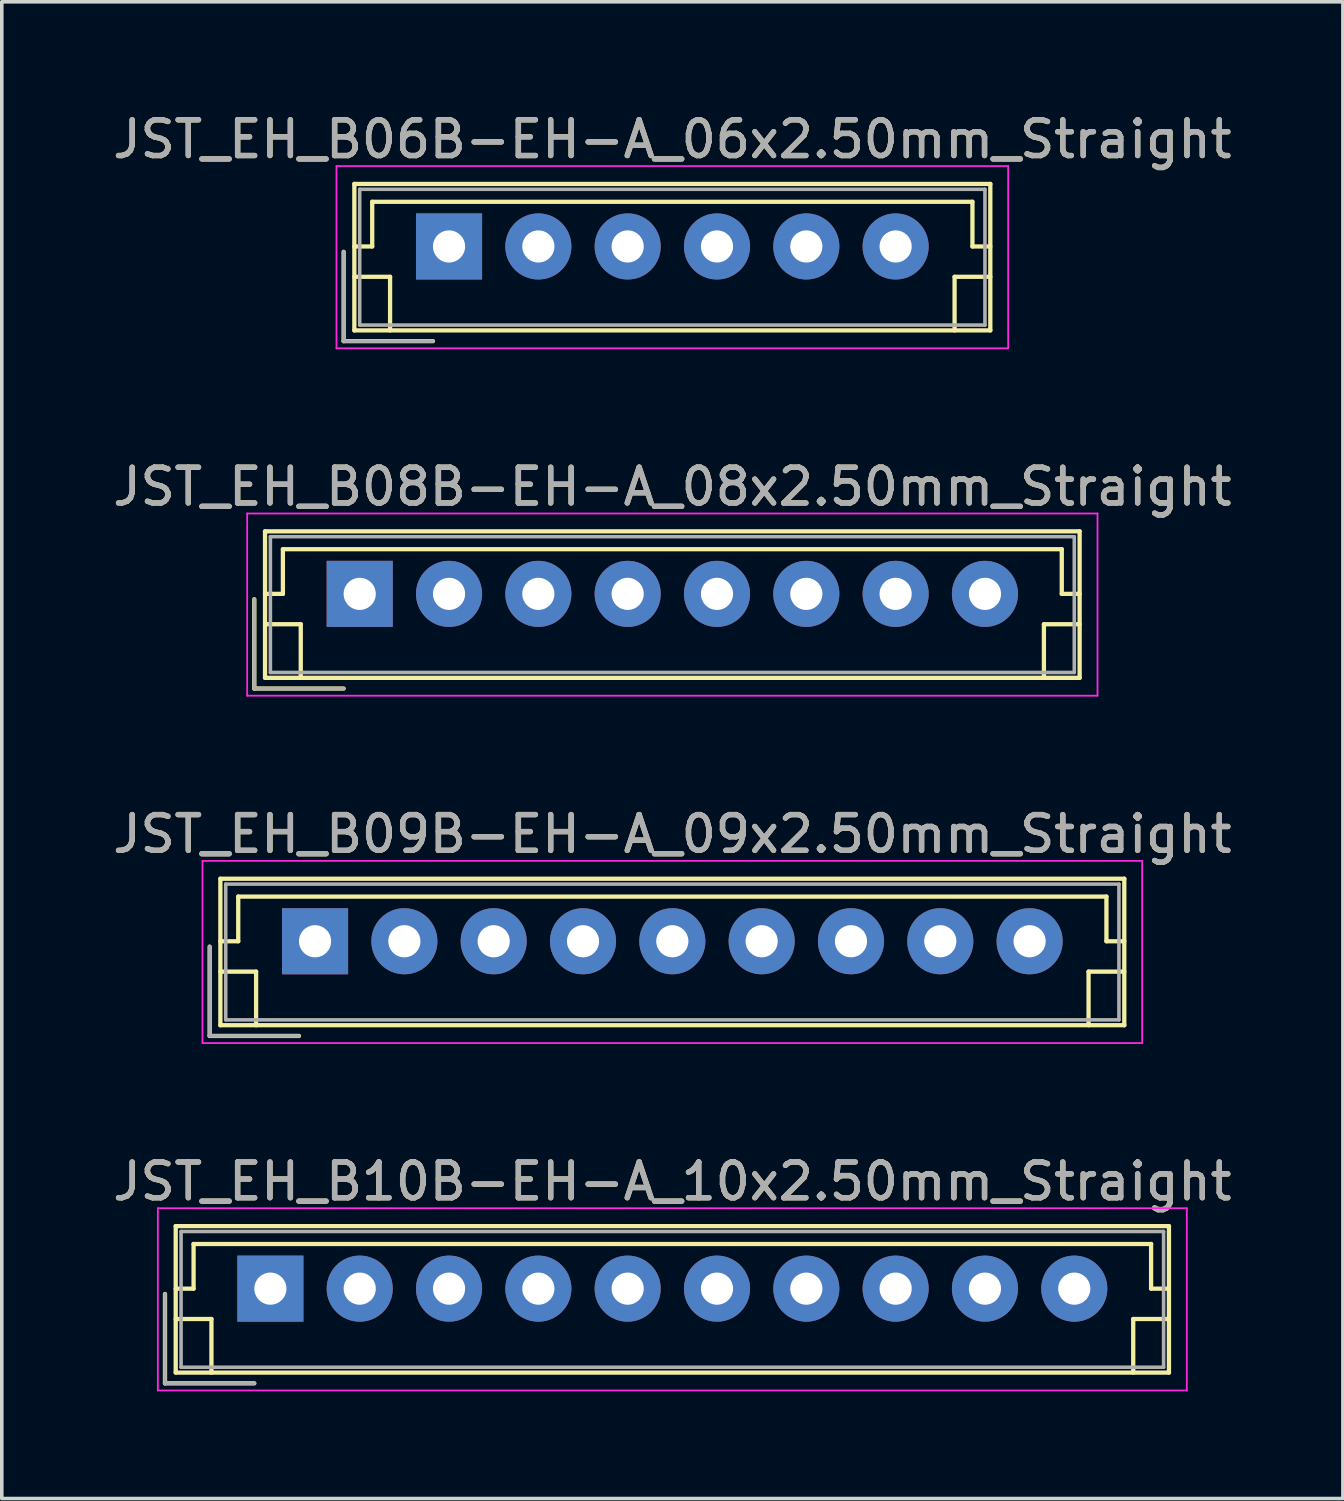
<source format=kicad_pcb>
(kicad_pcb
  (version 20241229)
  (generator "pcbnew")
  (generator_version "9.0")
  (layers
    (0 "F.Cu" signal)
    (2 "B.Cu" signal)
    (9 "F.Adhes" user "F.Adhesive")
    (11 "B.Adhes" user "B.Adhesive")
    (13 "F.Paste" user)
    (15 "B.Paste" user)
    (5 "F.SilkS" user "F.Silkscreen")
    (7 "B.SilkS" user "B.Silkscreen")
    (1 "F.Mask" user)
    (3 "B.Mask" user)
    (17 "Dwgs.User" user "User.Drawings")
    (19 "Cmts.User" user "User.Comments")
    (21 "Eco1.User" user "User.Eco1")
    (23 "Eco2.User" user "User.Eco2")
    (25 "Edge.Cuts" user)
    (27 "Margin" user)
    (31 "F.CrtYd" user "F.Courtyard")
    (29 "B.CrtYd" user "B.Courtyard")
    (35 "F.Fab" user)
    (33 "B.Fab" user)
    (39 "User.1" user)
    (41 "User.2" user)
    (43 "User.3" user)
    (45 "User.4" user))
  (footprint "JST_EH_B08B-EH-A_08x2.50mm_Straight"
    (layer "F.Cu")
    (at 7.018 13.572)
    (property "Reference" "JST_EH_B08B-EH-A_08x2.50mm_Straight" (at 8.75 -3 0) (layer "F.SilkS") (effects (font (size 1 1) (thickness 0.15))))
    (attr through_hole)
    (fp_line (start -2.95 0.15) (end -2.95 2.65) (stroke (width 0.12) (type solid)) (layer "F.SilkS"))
    (fp_line (start -2.95 2.65) (end -0.45 2.65) (stroke (width 0.12) (type solid)) (layer "F.SilkS"))
    (fp_line (start -2.65 -1.75) (end -2.65 2.35) (stroke (width 0.12) (type solid)) (layer "F.SilkS"))
    (fp_line (start -2.65 0) (end -2.15 0) (stroke (width 0.12) (type solid)) (layer "F.SilkS"))
    (fp_line (start -2.65 0.85) (end -1.65 0.85) (stroke (width 0.12) (type solid)) (layer "F.SilkS"))
    (fp_line (start -2.65 2.35) (end 20.15 2.35) (stroke (width 0.12) (type solid)) (layer "F.SilkS"))
    (fp_line (start -2.15 -1.25) (end 19.65 -1.25) (stroke (width 0.12) (type solid)) (layer "F.SilkS"))
    (fp_line (start -2.15 0) (end -2.15 -1.25) (stroke (width 0.12) (type solid)) (layer "F.SilkS"))
    (fp_line (start -1.65 0.85) (end -1.65 2.35) (stroke (width 0.12) (type solid)) (layer "F.SilkS"))
    (fp_line (start 19.15 0.85) (end 19.15 2.35) (stroke (width 0.12) (type solid)) (layer "F.SilkS"))
    (fp_line (start 19.65 -1.25) (end 19.65 0) (stroke (width 0.12) (type solid)) (layer "F.SilkS"))
    (fp_line (start 19.65 0) (end 20.15 0) (stroke (width 0.12) (type solid)) (layer "F.SilkS"))
    (fp_line (start 20.15 -1.75) (end -2.65 -1.75) (stroke (width 0.12) (type solid)) (layer "F.SilkS"))
    (fp_line (start 20.15 0.85) (end 19.15 0.85) (stroke (width 0.12) (type solid)) (layer "F.SilkS"))
    (fp_line (start 20.15 2.35) (end 20.15 -1.75) (stroke (width 0.12) (type solid)) (layer "F.SilkS"))
    (fp_line (start -3.15 -2.25) (end -3.15 2.85) (stroke (width 0.05) (type solid)) (layer "F.CrtYd"))
    (fp_line (start -3.15 2.85) (end 20.65 2.85) (stroke (width 0.05) (type solid)) (layer "F.CrtYd"))
    (fp_line (start 20.65 -2.25) (end -3.15 -2.25) (stroke (width 0.05) (type solid)) (layer "F.CrtYd"))
    (fp_line (start 20.65 2.85) (end 20.65 -2.25) (stroke (width 0.05) (type solid)) (layer "F.CrtYd"))
    (fp_line (start -2.95 0.15) (end -2.95 2.65) (stroke (width 0.1) (type solid)) (layer "F.Fab"))
    (fp_line (start -2.95 2.65) (end -0.45 2.65) (stroke (width 0.1) (type solid)) (layer "F.Fab"))
    (fp_line (start -2.5 -1.6) (end -2.5 2.2) (stroke (width 0.1) (type solid)) (layer "F.Fab"))
    (fp_line (start -2.5 2.2) (end 20 2.2) (stroke (width 0.1) (type solid)) (layer "F.Fab"))
    (fp_line (start 20 -1.6) (end -2.5 -1.6) (stroke (width 0.1) (type solid)) (layer "F.Fab"))
    (fp_line (start 20 2.2) (end 20 -1.6) (stroke (width 0.1) (type solid)) (layer "F.Fab"))
    (fp_text user "${REFERENCE}" (at 8.75 -3 0) (layer "F.Fab") (effects (font (size 1 1) (thickness 0.15))))
    (pad "1" thru_hole rect (at 0 0) (size 1.85 1.85) (drill 0.9) (layers "*.Cu" "*.Mask"))
    (pad "2" thru_hole circle (at 2.5 0) (size 1.85 1.85) (drill 0.9) (layers "*.Cu" "*.Mask"))
    (pad "3" thru_hole circle (at 5 0) (size 1.85 1.85) (drill 0.9) (layers "*.Cu" "*.Mask"))
    (pad "4" thru_hole circle (at 7.5 0) (size 1.85 1.85) (drill 0.9) (layers "*.Cu" "*.Mask"))
    (pad "5" thru_hole circle (at 10 0) (size 1.85 1.85) (drill 0.9) (layers "*.Cu" "*.Mask"))
    (pad "6" thru_hole circle (at 12.5 0) (size 1.85 1.85) (drill 0.9) (layers "*.Cu" "*.Mask"))
    (pad "7" thru_hole circle (at 15 0) (size 1.85 1.85) (drill 0.9) (layers "*.Cu" "*.Mask"))
    (pad "8" thru_hole circle (at 17.5 0) (size 1.85 1.85) (drill 0.9) (layers "*.Cu" "*.Mask")))
  (footprint "JST_EH_B09B-EH-A_09x2.50mm_Straight"
    (layer "F.Cu")
    (at 5.768 23.295)
    (property "Reference" "JST_EH_B09B-EH-A_09x2.50mm_Straight" (at 10 -3 0) (layer "F.SilkS") (effects (font (size 1 1) (thickness 0.15))))
    (attr through_hole)
    (fp_line (start -2.95 0.15) (end -2.95 2.65) (stroke (width 0.12) (type solid)) (layer "F.SilkS"))
    (fp_line (start -2.95 2.65) (end -0.45 2.65) (stroke (width 0.12) (type solid)) (layer "F.SilkS"))
    (fp_line (start -2.65 -1.75) (end -2.65 2.35) (stroke (width 0.12) (type solid)) (layer "F.SilkS"))
    (fp_line (start -2.65 0) (end -2.15 0) (stroke (width 0.12) (type solid)) (layer "F.SilkS"))
    (fp_line (start -2.65 0.85) (end -1.65 0.85) (stroke (width 0.12) (type solid)) (layer "F.SilkS"))
    (fp_line (start -2.65 2.35) (end 22.65 2.35) (stroke (width 0.12) (type solid)) (layer "F.SilkS"))
    (fp_line (start -2.15 -1.25) (end 22.15 -1.25) (stroke (width 0.12) (type solid)) (layer "F.SilkS"))
    (fp_line (start -2.15 0) (end -2.15 -1.25) (stroke (width 0.12) (type solid)) (layer "F.SilkS"))
    (fp_line (start -1.65 0.85) (end -1.65 2.35) (stroke (width 0.12) (type solid)) (layer "F.SilkS"))
    (fp_line (start 21.65 0.85) (end 21.65 2.35) (stroke (width 0.12) (type solid)) (layer "F.SilkS"))
    (fp_line (start 22.15 -1.25) (end 22.15 0) (stroke (width 0.12) (type solid)) (layer "F.SilkS"))
    (fp_line (start 22.15 0) (end 22.65 0) (stroke (width 0.12) (type solid)) (layer "F.SilkS"))
    (fp_line (start 22.65 -1.75) (end -2.65 -1.75) (stroke (width 0.12) (type solid)) (layer "F.SilkS"))
    (fp_line (start 22.65 0.85) (end 21.65 0.85) (stroke (width 0.12) (type solid)) (layer "F.SilkS"))
    (fp_line (start 22.65 2.35) (end 22.65 -1.75) (stroke (width 0.12) (type solid)) (layer "F.SilkS"))
    (fp_line (start -3.15 -2.25) (end -3.15 2.85) (stroke (width 0.05) (type solid)) (layer "F.CrtYd"))
    (fp_line (start -3.15 2.85) (end 23.15 2.85) (stroke (width 0.05) (type solid)) (layer "F.CrtYd"))
    (fp_line (start 23.15 -2.25) (end -3.15 -2.25) (stroke (width 0.05) (type solid)) (layer "F.CrtYd"))
    (fp_line (start 23.15 2.85) (end 23.15 -2.25) (stroke (width 0.05) (type solid)) (layer "F.CrtYd"))
    (fp_line (start -2.95 0.15) (end -2.95 2.65) (stroke (width 0.1) (type solid)) (layer "F.Fab"))
    (fp_line (start -2.95 2.65) (end -0.45 2.65) (stroke (width 0.1) (type solid)) (layer "F.Fab"))
    (fp_line (start -2.5 -1.6) (end -2.5 2.2) (stroke (width 0.1) (type solid)) (layer "F.Fab"))
    (fp_line (start -2.5 2.2) (end 22.5 2.2) (stroke (width 0.1) (type solid)) (layer "F.Fab"))
    (fp_line (start 22.5 -1.6) (end -2.5 -1.6) (stroke (width 0.1) (type solid)) (layer "F.Fab"))
    (fp_line (start 22.5 2.2) (end 22.5 -1.6) (stroke (width 0.1) (type solid)) (layer "F.Fab"))
    (fp_text user "${REFERENCE}" (at 10 -3 0) (layer "F.Fab") (effects (font (size 1 1) (thickness 0.15))))
    (pad "1" thru_hole rect (at 0 0) (size 1.85 1.85) (drill 0.9) (layers "*.Cu" "*.Mask"))
    (pad "2" thru_hole circle (at 2.5 0) (size 1.85 1.85) (drill 0.9) (layers "*.Cu" "*.Mask"))
    (pad "3" thru_hole circle (at 5 0) (size 1.85 1.85) (drill 0.9) (layers "*.Cu" "*.Mask"))
    (pad "4" thru_hole circle (at 7.5 0) (size 1.85 1.85) (drill 0.9) (layers "*.Cu" "*.Mask"))
    (pad "5" thru_hole circle (at 10 0) (size 1.85 1.85) (drill 0.9) (layers "*.Cu" "*.Mask"))
    (pad "6" thru_hole circle (at 12.5 0) (size 1.85 1.85) (drill 0.9) (layers "*.Cu" "*.Mask"))
    (pad "7" thru_hole circle (at 15 0) (size 1.85 1.85) (drill 0.9) (layers "*.Cu" "*.Mask"))
    (pad "8" thru_hole circle (at 17.5 0) (size 1.85 1.85) (drill 0.9) (layers "*.Cu" "*.Mask"))
    (pad "9" thru_hole circle (at 20 0) (size 1.85 1.85) (drill 0.9) (layers "*.Cu" "*.Mask")))
  (footprint "JST_EH_B06B-EH-A_06x2.50mm_Straight"
    (layer "F.Cu")
    (at 9.518 3.848)
    (property "Reference" "JST_EH_B06B-EH-A_06x2.50mm_Straight" (at 6.25 -3 0) (layer "F.SilkS") (effects (font (size 1 1) (thickness 0.15))))
    (attr through_hole)
    (fp_line (start -2.95 0.15) (end -2.95 2.65) (stroke (width 0.12) (type solid)) (layer "F.SilkS"))
    (fp_line (start -2.95 2.65) (end -0.45 2.65) (stroke (width 0.12) (type solid)) (layer "F.SilkS"))
    (fp_line (start -2.65 -1.75) (end -2.65 2.35) (stroke (width 0.12) (type solid)) (layer "F.SilkS"))
    (fp_line (start -2.65 0) (end -2.15 0) (stroke (width 0.12) (type solid)) (layer "F.SilkS"))
    (fp_line (start -2.65 0.85) (end -1.65 0.85) (stroke (width 0.12) (type solid)) (layer "F.SilkS"))
    (fp_line (start -2.65 2.35) (end 15.15 2.35) (stroke (width 0.12) (type solid)) (layer "F.SilkS"))
    (fp_line (start -2.15 -1.25) (end 14.65 -1.25) (stroke (width 0.12) (type solid)) (layer "F.SilkS"))
    (fp_line (start -2.15 0) (end -2.15 -1.25) (stroke (width 0.12) (type solid)) (layer "F.SilkS"))
    (fp_line (start -1.65 0.85) (end -1.65 2.35) (stroke (width 0.12) (type solid)) (layer "F.SilkS"))
    (fp_line (start 14.15 0.85) (end 14.15 2.35) (stroke (width 0.12) (type solid)) (layer "F.SilkS"))
    (fp_line (start 14.65 -1.25) (end 14.65 0) (stroke (width 0.12) (type solid)) (layer "F.SilkS"))
    (fp_line (start 14.65 0) (end 15.15 0) (stroke (width 0.12) (type solid)) (layer "F.SilkS"))
    (fp_line (start 15.15 -1.75) (end -2.65 -1.75) (stroke (width 0.12) (type solid)) (layer "F.SilkS"))
    (fp_line (start 15.15 0.85) (end 14.15 0.85) (stroke (width 0.12) (type solid)) (layer "F.SilkS"))
    (fp_line (start 15.15 2.35) (end 15.15 -1.75) (stroke (width 0.12) (type solid)) (layer "F.SilkS"))
    (fp_line (start -3.15 -2.25) (end -3.15 2.85) (stroke (width 0.05) (type solid)) (layer "F.CrtYd"))
    (fp_line (start -3.15 2.85) (end 15.65 2.85) (stroke (width 0.05) (type solid)) (layer "F.CrtYd"))
    (fp_line (start 15.65 -2.25) (end -3.15 -2.25) (stroke (width 0.05) (type solid)) (layer "F.CrtYd"))
    (fp_line (start 15.65 2.85) (end 15.65 -2.25) (stroke (width 0.05) (type solid)) (layer "F.CrtYd"))
    (fp_line (start -2.95 0.15) (end -2.95 2.65) (stroke (width 0.1) (type solid)) (layer "F.Fab"))
    (fp_line (start -2.95 2.65) (end -0.45 2.65) (stroke (width 0.1) (type solid)) (layer "F.Fab"))
    (fp_line (start -2.5 -1.6) (end -2.5 2.2) (stroke (width 0.1) (type solid)) (layer "F.Fab"))
    (fp_line (start -2.5 2.2) (end 15 2.2) (stroke (width 0.1) (type solid)) (layer "F.Fab"))
    (fp_line (start 15 -1.6) (end -2.5 -1.6) (stroke (width 0.1) (type solid)) (layer "F.Fab"))
    (fp_line (start 15 2.2) (end 15 -1.6) (stroke (width 0.1) (type solid)) (layer "F.Fab"))
    (fp_text user "${REFERENCE}" (at 6.25 -3 0) (layer "F.Fab") (effects (font (size 1 1) (thickness 0.15))))
    (pad "1" thru_hole rect (at 0 0) (size 1.85 1.85) (drill 0.9) (layers "*.Cu" "*.Mask"))
    (pad "2" thru_hole circle (at 2.5 0) (size 1.85 1.85) (drill 0.9) (layers "*.Cu" "*.Mask"))
    (pad "3" thru_hole circle (at 5 0) (size 1.85 1.85) (drill 0.9) (layers "*.Cu" "*.Mask"))
    (pad "4" thru_hole circle (at 7.5 0) (size 1.85 1.85) (drill 0.9) (layers "*.Cu" "*.Mask"))
    (pad "5" thru_hole circle (at 10 0) (size 1.85 1.85) (drill 0.9) (layers "*.Cu" "*.Mask"))
    (pad "6" thru_hole circle (at 12.5 0) (size 1.85 1.85) (drill 0.9) (layers "*.Cu" "*.Mask")))
  (footprint "JST_EH_B10B-EH-A_10x2.50mm_Straight"
    (layer "F.Cu")
    (at 4.518 33.018)
    (property "Reference" "JST_EH_B10B-EH-A_10x2.50mm_Straight" (at 11.25 -3 0) (layer "F.SilkS") (effects (font (size 1 1) (thickness 0.15))))
    (attr through_hole)
    (fp_line (start -2.95 0.15) (end -2.95 2.65) (stroke (width 0.12) (type solid)) (layer "F.SilkS"))
    (fp_line (start -2.95 2.65) (end -0.45 2.65) (stroke (width 0.12) (type solid)) (layer "F.SilkS"))
    (fp_line (start -2.65 -1.75) (end -2.65 2.35) (stroke (width 0.12) (type solid)) (layer "F.SilkS"))
    (fp_line (start -2.65 0) (end -2.15 0) (stroke (width 0.12) (type solid)) (layer "F.SilkS"))
    (fp_line (start -2.65 0.85) (end -1.65 0.85) (stroke (width 0.12) (type solid)) (layer "F.SilkS"))
    (fp_line (start -2.65 2.35) (end 25.15 2.35) (stroke (width 0.12) (type solid)) (layer "F.SilkS"))
    (fp_line (start -2.15 -1.25) (end 24.65 -1.25) (stroke (width 0.12) (type solid)) (layer "F.SilkS"))
    (fp_line (start -2.15 0) (end -2.15 -1.25) (stroke (width 0.12) (type solid)) (layer "F.SilkS"))
    (fp_line (start -1.65 0.85) (end -1.65 2.35) (stroke (width 0.12) (type solid)) (layer "F.SilkS"))
    (fp_line (start 24.15 0.85) (end 24.15 2.35) (stroke (width 0.12) (type solid)) (layer "F.SilkS"))
    (fp_line (start 24.65 -1.25) (end 24.65 0) (stroke (width 0.12) (type solid)) (layer "F.SilkS"))
    (fp_line (start 24.65 0) (end 25.15 0) (stroke (width 0.12) (type solid)) (layer "F.SilkS"))
    (fp_line (start 25.15 -1.75) (end -2.65 -1.75) (stroke (width 0.12) (type solid)) (layer "F.SilkS"))
    (fp_line (start 25.15 0.85) (end 24.15 0.85) (stroke (width 0.12) (type solid)) (layer "F.SilkS"))
    (fp_line (start 25.15 2.35) (end 25.15 -1.75) (stroke (width 0.12) (type solid)) (layer "F.SilkS"))
    (fp_line (start -3.15 -2.25) (end -3.15 2.85) (stroke (width 0.05) (type solid)) (layer "F.CrtYd"))
    (fp_line (start -3.15 2.85) (end 25.65 2.85) (stroke (width 0.05) (type solid)) (layer "F.CrtYd"))
    (fp_line (start 25.65 -2.25) (end -3.15 -2.25) (stroke (width 0.05) (type solid)) (layer "F.CrtYd"))
    (fp_line (start 25.65 2.85) (end 25.65 -2.25) (stroke (width 0.05) (type solid)) (layer "F.CrtYd"))
    (fp_line (start -2.95 0.15) (end -2.95 2.65) (stroke (width 0.1) (type solid)) (layer "F.Fab"))
    (fp_line (start -2.95 2.65) (end -0.45 2.65) (stroke (width 0.1) (type solid)) (layer "F.Fab"))
    (fp_line (start -2.5 -1.6) (end -2.5 2.2) (stroke (width 0.1) (type solid)) (layer "F.Fab"))
    (fp_line (start -2.5 2.2) (end 25 2.2) (stroke (width 0.1) (type solid)) (layer "F.Fab"))
    (fp_line (start 25 -1.6) (end -2.5 -1.6) (stroke (width 0.1) (type solid)) (layer "F.Fab"))
    (fp_line (start 25 2.2) (end 25 -1.6) (stroke (width 0.1) (type solid)) (layer "F.Fab"))
    (fp_text user "${REFERENCE}" (at 11.25 -3 0) (layer "F.Fab") (effects (font (size 1 1) (thickness 0.15))))
    (pad "1" thru_hole rect (at 0 0) (size 1.85 1.85) (drill 0.9) (layers "*.Cu" "*.Mask"))
    (pad "2" thru_hole circle (at 2.5 0) (size 1.85 1.85) (drill 0.9) (layers "*.Cu" "*.Mask"))
    (pad "3" thru_hole circle (at 5 0) (size 1.85 1.85) (drill 0.9) (layers "*.Cu" "*.Mask"))
    (pad "4" thru_hole circle (at 7.5 0) (size 1.85 1.85) (drill 0.9) (layers "*.Cu" "*.Mask"))
    (pad "5" thru_hole circle (at 10 0) (size 1.85 1.85) (drill 0.9) (layers "*.Cu" "*.Mask"))
    (pad "6" thru_hole circle (at 12.5 0) (size 1.85 1.85) (drill 0.9) (layers "*.Cu" "*.Mask"))
    (pad "7" thru_hole circle (at 15 0) (size 1.85 1.85) (drill 0.9) (layers "*.Cu" "*.Mask"))
    (pad "8" thru_hole circle (at 17.5 0) (size 1.85 1.85) (drill 0.9) (layers "*.Cu" "*.Mask"))
    (pad "9" thru_hole circle (at 20 0) (size 1.85 1.85) (drill 0.9) (layers "*.Cu" "*.Mask"))
    (pad "10" thru_hole circle (at 22.5 0) (size 1.85 1.85) (drill 0.9) (layers "*.Cu" "*.Mask")))
  (gr_rect
    (start -3 -3)
    (end 34.536 38.893)
    (stroke (width 0.1) (type default))
    (fill no)
    (layer "Edge.Cuts")))
</source>
